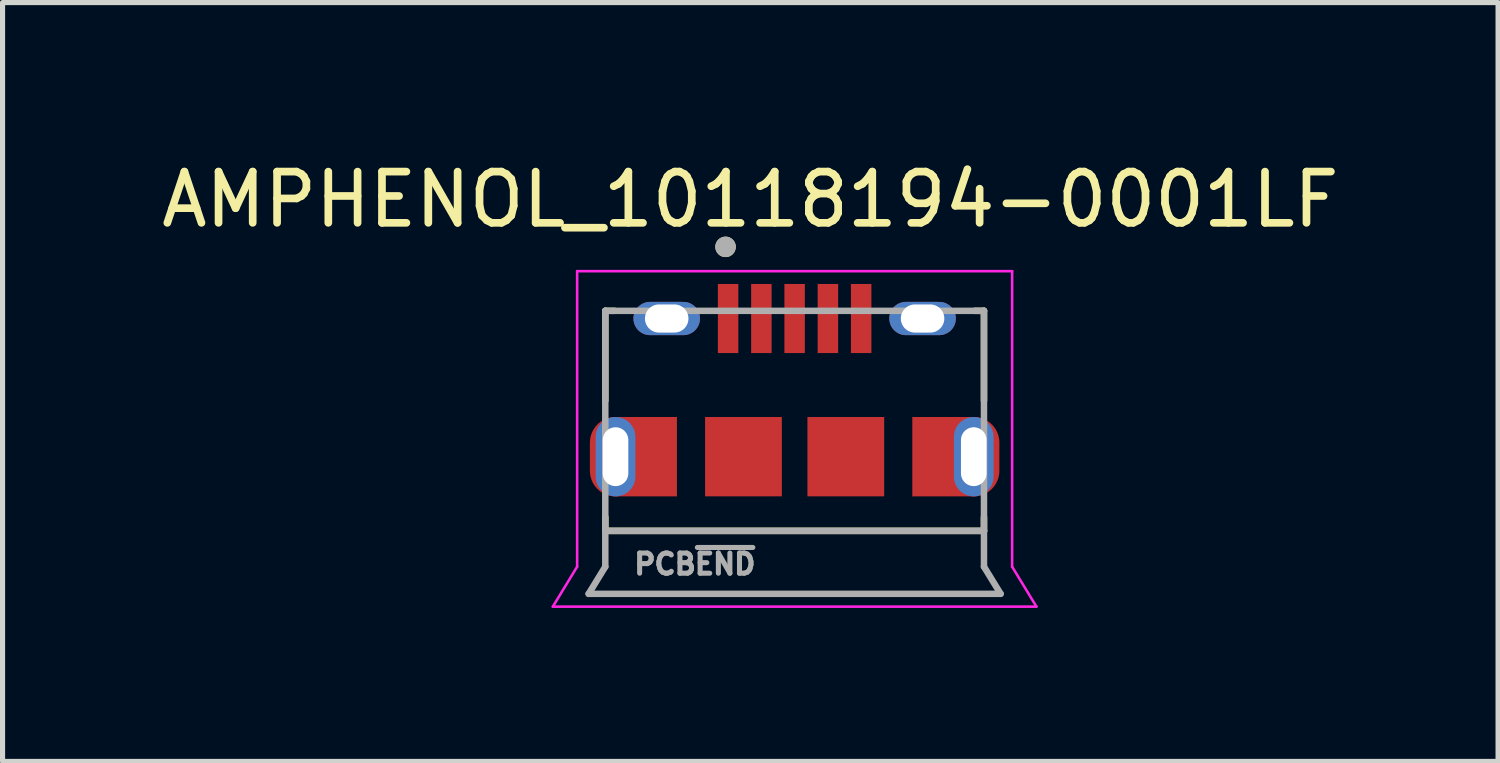
<source format=kicad_pcb>
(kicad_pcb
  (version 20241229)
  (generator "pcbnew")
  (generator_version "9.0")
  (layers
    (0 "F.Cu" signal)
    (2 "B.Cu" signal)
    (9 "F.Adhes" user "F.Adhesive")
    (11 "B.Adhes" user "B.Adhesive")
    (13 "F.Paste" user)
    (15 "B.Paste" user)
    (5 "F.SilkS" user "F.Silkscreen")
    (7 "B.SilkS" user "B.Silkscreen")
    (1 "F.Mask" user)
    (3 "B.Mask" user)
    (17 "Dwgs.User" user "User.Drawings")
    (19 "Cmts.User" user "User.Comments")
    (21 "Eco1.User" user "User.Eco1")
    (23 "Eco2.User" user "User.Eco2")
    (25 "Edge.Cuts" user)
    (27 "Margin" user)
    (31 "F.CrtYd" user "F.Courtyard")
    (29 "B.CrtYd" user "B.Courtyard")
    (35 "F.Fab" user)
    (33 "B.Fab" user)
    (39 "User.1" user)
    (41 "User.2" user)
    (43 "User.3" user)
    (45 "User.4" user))
  (footprint "AMPHENOL_10118194-0001LF"
    (layer "F.Cu")
    (at 12.478 5.874)
    (property "Reference" "AMPHENOL_10118194-0001LF" (at -0.866 -5.025 0) (layer "F.SilkS") (effects (font (size 1.001 1.001) (thickness 0.15))))
    (attr through_hole)
    (fp_poly (pts (xy -2.3 -0.78) (xy -2.3 0.775) (xy -3.498 0.775) (xy -3.498 0.575) (xy -3.486 0.575) (xy -3.473 0.574) (xy -3.46 0.572) (xy -3.447 0.57) (xy -3.434 0.567) (xy -3.422 0.563) (xy -3.41 0.558) (xy -3.398 0.553) (xy -3.386 0.548) (xy -3.374 0.542) (xy -3.363 0.535) (xy -3.353 0.527) (xy -3.342 0.52) (xy -3.332 0.511) (xy -3.323 0.502) (xy -3.314 0.493) (xy -3.305 0.483) (xy -3.298 0.472) (xy -3.29 0.462) (xy -3.283 0.451) (xy -3.277 0.439) (xy -3.272 0.427) (xy -3.267 0.415) (xy -3.262 0.403) (xy -3.258 0.391) (xy -3.255 0.378) (xy -3.253 0.365) (xy -3.251 0.352) (xy -3.25 0.339) (xy -3.25 0.325) (xy -3.25 0.315) (xy -3.25 -0.315) (xy -3.25 -0.325) (xy -3.25 -0.338) (xy -3.251 -0.351) (xy -3.253 -0.364) (xy -3.255 -0.377) (xy -3.259 -0.39) (xy -3.262 -0.402) (xy -3.267 -0.415) (xy -3.272 -0.427) (xy -3.277 -0.438) (xy -3.283 -0.45) (xy -3.29 -0.461) (xy -3.298 -0.472) (xy -3.306 -0.482) (xy -3.314 -0.492) (xy -3.323 -0.502) (xy -3.333 -0.511) (xy -3.343 -0.519) (xy -3.353 -0.527) (xy -3.364 -0.535) (xy -3.375 -0.542) (xy -3.387 -0.548) (xy -3.398 -0.553) (xy -3.41 -0.558) (xy -3.423 -0.563) (xy -3.435 -0.566) (xy -3.448 -0.57) (xy -3.461 -0.572) (xy -3.474 -0.574) (xy -3.487 -0.575) (xy -3.5 -0.575) (xy -3.513 -0.575) (xy -3.526 -0.574) (xy -3.539 -0.572) (xy -3.552 -0.57) (xy -3.565 -0.566) (xy -3.577 -0.563) (xy -3.59 -0.558) (xy -3.602 -0.553) (xy -3.613 -0.548) (xy -3.625 -0.542) (xy -3.636 -0.535) (xy -3.647 -0.527) (xy -3.657 -0.519) (xy -3.667 -0.511) (xy -3.677 -0.502) (xy -3.686 -0.492) (xy -3.694 -0.482) (xy -3.702 -0.472) (xy -3.71 -0.461) (xy -3.717 -0.45) (xy -3.723 -0.438) (xy -3.728 -0.427) (xy -3.733 -0.415) (xy -3.738 -0.402) (xy -3.741 -0.39) (xy -3.745 -0.377) (xy -3.747 -0.364) (xy -3.749 -0.351) (xy -3.75 -0.338) (xy -3.75 -0.325) (xy -3.75 0.325) (xy -3.75 0.339) (xy -3.749 0.352) (xy -3.747 0.365) (xy -3.745 0.378) (xy -3.742 0.391) (xy -3.738 0.403) (xy -3.733 0.415) (xy -3.728 0.427) (xy -3.723 0.439) (xy -3.717 0.451) (xy -3.71 0.462) (xy -3.702 0.472) (xy -3.695 0.483) (xy -3.686 0.493) (xy -3.677 0.502) (xy -3.668 0.511) (xy -3.658 0.52) (xy -3.647 0.527) (xy -3.637 0.535) (xy -3.626 0.542) (xy -3.614 0.548) (xy -3.602 0.553) (xy -3.59 0.558) (xy -3.578 0.563) (xy -3.566 0.567) (xy -3.553 0.57) (xy -3.54 0.572) (xy -3.527 0.574) (xy -3.514 0.575) (xy -3.502 0.575) (xy -3.502 0.775) (xy -3.527 0.774) (xy -3.553 0.772) (xy -3.579 0.769) (xy -3.605 0.764) (xy -3.63 0.758) (xy -3.655 0.751) (xy -3.68 0.742) (xy -3.704 0.732) (xy -3.728 0.721) (xy -3.751 0.708) (xy -3.773 0.695) (xy -3.794 0.68) (xy -3.815 0.664) (xy -3.835 0.647) (xy -3.854 0.629) (xy -3.872 0.61) (xy -3.889 0.59) (xy -3.905 0.569) (xy -3.92 0.548) (xy -3.933 0.526) (xy -3.946 0.503) (xy -3.957 0.479) (xy -3.967 0.455) (xy -3.976 0.43) (xy -3.983 0.405) (xy -3.989 0.38) (xy -3.994 0.354) (xy -3.997 0.328) (xy -3.999 0.302) (xy -4 0.275) (xy -4 -0.275) (xy -3.999 -0.301) (xy -3.997 -0.327) (xy -3.994 -0.353) (xy -3.989 -0.379) (xy -3.983 -0.404) (xy -3.976 -0.43) (xy -3.967 -0.454) (xy -3.957 -0.478) (xy -3.946 -0.502) (xy -3.933 -0.525) (xy -3.919 -0.547) (xy -3.905 -0.569) (xy -3.889 -0.59) (xy -3.872 -0.61) (xy -3.854 -0.629) (xy -3.835 -0.647) (xy -3.815 -0.664) (xy -3.794 -0.68) (xy -3.772 -0.694) (xy -3.75 -0.708) (xy -3.727 -0.721) (xy -3.703 -0.732) (xy -3.679 -0.742) (xy -3.655 -0.751) (xy -3.629 -0.758) (xy -3.604 -0.764) (xy -3.578 -0.769) (xy -3.552 -0.772) (xy -3.526 -0.774) (xy -3.5 -0.775) (xy -2.305 -0.775) (xy -2.305 -0.78) (xy -2.3 -0.78)) (stroke (width 0.001) (type solid)) (fill yes) (layer "F.Cu"))
    (fp_poly (pts (xy 2.3 0.78) (xy 2.3 -0.775) (xy 3.498 -0.775) (xy 3.498 -0.575) (xy 3.486 -0.575) (xy 3.473 -0.574) (xy 3.46 -0.572) (xy 3.447 -0.57) (xy 3.434 -0.567) (xy 3.422 -0.563) (xy 3.41 -0.558) (xy 3.398 -0.553) (xy 3.386 -0.548) (xy 3.374 -0.542) (xy 3.363 -0.535) (xy 3.353 -0.527) (xy 3.342 -0.52) (xy 3.332 -0.511) (xy 3.323 -0.502) (xy 3.314 -0.493) (xy 3.305 -0.483) (xy 3.298 -0.472) (xy 3.29 -0.462) (xy 3.283 -0.451) (xy 3.277 -0.439) (xy 3.272 -0.427) (xy 3.267 -0.415) (xy 3.262 -0.403) (xy 3.258 -0.391) (xy 3.255 -0.378) (xy 3.253 -0.365) (xy 3.251 -0.352) (xy 3.25 -0.339) (xy 3.25 -0.325) (xy 3.25 -0.315) (xy 3.25 0.315) (xy 3.25 0.325) (xy 3.25 0.338) (xy 3.251 0.351) (xy 3.253 0.364) (xy 3.255 0.377) (xy 3.259 0.39) (xy 3.262 0.402) (xy 3.267 0.415) (xy 3.272 0.427) (xy 3.277 0.438) (xy 3.283 0.45) (xy 3.29 0.461) (xy 3.298 0.472) (xy 3.306 0.482) (xy 3.314 0.492) (xy 3.323 0.502) (xy 3.333 0.511) (xy 3.343 0.519) (xy 3.353 0.527) (xy 3.364 0.535) (xy 3.375 0.542) (xy 3.387 0.548) (xy 3.398 0.553) (xy 3.41 0.558) (xy 3.423 0.563) (xy 3.435 0.566) (xy 3.448 0.57) (xy 3.461 0.572) (xy 3.474 0.574) (xy 3.487 0.575) (xy 3.5 0.575) (xy 3.513 0.575) (xy 3.526 0.574) (xy 3.539 0.572) (xy 3.552 0.57) (xy 3.565 0.566) (xy 3.577 0.563) (xy 3.59 0.558) (xy 3.602 0.553) (xy 3.613 0.548) (xy 3.625 0.542) (xy 3.636 0.535) (xy 3.647 0.527) (xy 3.657 0.519) (xy 3.667 0.511) (xy 3.677 0.502) (xy 3.686 0.492) (xy 3.694 0.482) (xy 3.702 0.472) (xy 3.71 0.461) (xy 3.717 0.45) (xy 3.723 0.438) (xy 3.728 0.427) (xy 3.733 0.415) (xy 3.738 0.402) (xy 3.741 0.39) (xy 3.745 0.377) (xy 3.747 0.364) (xy 3.749 0.351) (xy 3.75 0.338) (xy 3.75 0.325) (xy 3.75 -0.325) (xy 3.75 -0.339) (xy 3.749 -0.352) (xy 3.747 -0.365) (xy 3.745 -0.378) (xy 3.742 -0.391) (xy 3.738 -0.403) (xy 3.733 -0.415) (xy 3.728 -0.427) (xy 3.723 -0.439) (xy 3.717 -0.451) (xy 3.71 -0.462) (xy 3.702 -0.472) (xy 3.695 -0.483) (xy 3.686 -0.493) (xy 3.677 -0.502) (xy 3.668 -0.511) (xy 3.658 -0.52) (xy 3.647 -0.527) (xy 3.637 -0.535) (xy 3.626 -0.542) (xy 3.614 -0.548) (xy 3.602 -0.553) (xy 3.59 -0.558) (xy 3.578 -0.563) (xy 3.566 -0.567) (xy 3.553 -0.57) (xy 3.54 -0.572) (xy 3.527 -0.574) (xy 3.514 -0.575) (xy 3.502 -0.575) (xy 3.502 -0.775) (xy 3.527 -0.774) (xy 3.553 -0.772) (xy 3.579 -0.769) (xy 3.605 -0.764) (xy 3.63 -0.758) (xy 3.655 -0.751) (xy 3.68 -0.742) (xy 3.704 -0.732) (xy 3.728 -0.721) (xy 3.751 -0.708) (xy 3.773 -0.695) (xy 3.794 -0.68) (xy 3.815 -0.664) (xy 3.835 -0.647) (xy 3.854 -0.629) (xy 3.872 -0.61) (xy 3.889 -0.59) (xy 3.905 -0.569) (xy 3.92 -0.548) (xy 3.933 -0.526) (xy 3.946 -0.503) (xy 3.957 -0.479) (xy 3.967 -0.455) (xy 3.976 -0.43) (xy 3.983 -0.405) (xy 3.989 -0.38) (xy 3.994 -0.354) (xy 3.997 -0.328) (xy 3.999 -0.302) (xy 4 -0.275) (xy 4 0.275) (xy 3.999 0.301) (xy 3.997 0.327) (xy 3.994 0.353) (xy 3.989 0.379) (xy 3.983 0.404) (xy 3.976 0.43) (xy 3.967 0.454) (xy 3.957 0.478) (xy 3.946 0.502) (xy 3.933 0.525) (xy 3.919 0.547) (xy 3.905 0.569) (xy 3.889 0.59) (xy 3.872 0.61) (xy 3.854 0.629) (xy 3.835 0.647) (xy 3.815 0.664) (xy 3.794 0.68) (xy 3.772 0.694) (xy 3.75 0.708) (xy 3.727 0.721) (xy 3.703 0.732) (xy 3.679 0.742) (xy 3.655 0.751) (xy 3.629 0.758) (xy 3.604 0.764) (xy 3.578 0.769) (xy 3.552 0.772) (xy 3.526 0.774) (xy 3.5 0.775) (xy 2.305 0.775) (xy 2.305 0.78) (xy 2.3 0.78)) (stroke (width 0.001) (type solid)) (fill yes) (layer "F.Cu"))
    (fp_poly (pts (xy -3.6 -0.875) (xy -2.2 -0.875) (xy -2.2 0.875) (xy -3.6 0.875) (xy -3.626 0.874) (xy -3.652 0.872) (xy -3.678 0.869) (xy -3.704 0.864) (xy -3.729 0.858) (xy -3.755 0.851) (xy -3.779 0.842) (xy -3.803 0.832) (xy -3.827 0.821) (xy -3.85 0.808) (xy -3.872 0.794) (xy -3.894 0.78) (xy -3.915 0.764) (xy -3.935 0.747) (xy -3.954 0.729) (xy -3.972 0.71) (xy -3.989 0.69) (xy -4.005 0.669) (xy -4.019 0.647) (xy -4.033 0.625) (xy -4.046 0.602) (xy -4.057 0.578) (xy -4.067 0.554) (xy -4.076 0.53) (xy -4.083 0.504) (xy -4.089 0.479) (xy -4.094 0.453) (xy -4.097 0.427) (xy -4.099 0.401) (xy -4.1 0.375) (xy -4.1 -0.375) (xy -4.099 -0.401) (xy -4.097 -0.427) (xy -4.094 -0.453) (xy -4.089 -0.479) (xy -4.083 -0.504) (xy -4.076 -0.53) (xy -4.067 -0.554) (xy -4.057 -0.578) (xy -4.046 -0.602) (xy -4.033 -0.625) (xy -4.019 -0.647) (xy -4.005 -0.669) (xy -3.989 -0.69) (xy -3.972 -0.71) (xy -3.954 -0.729) (xy -3.935 -0.747) (xy -3.915 -0.764) (xy -3.894 -0.78) (xy -3.872 -0.794) (xy -3.85 -0.808) (xy -3.827 -0.821) (xy -3.803 -0.832) (xy -3.779 -0.842) (xy -3.755 -0.851) (xy -3.729 -0.858) (xy -3.704 -0.864) (xy -3.678 -0.869) (xy -3.652 -0.872) (xy -3.626 -0.874) (xy -3.6 -0.875)) (stroke (width 0.0001) (type solid)) (fill yes) (layer "F.Mask"))
    (fp_poly (pts (xy 3.6 0.875) (xy 2.2 0.875) (xy 2.2 -0.875) (xy 3.6 -0.875) (xy 3.626 -0.874) (xy 3.652 -0.872) (xy 3.678 -0.869) (xy 3.704 -0.864) (xy 3.729 -0.858) (xy 3.755 -0.851) (xy 3.779 -0.842) (xy 3.803 -0.832) (xy 3.827 -0.821) (xy 3.85 -0.808) (xy 3.872 -0.794) (xy 3.894 -0.78) (xy 3.915 -0.764) (xy 3.935 -0.747) (xy 3.954 -0.729) (xy 3.972 -0.71) (xy 3.989 -0.69) (xy 4.005 -0.669) (xy 4.019 -0.647) (xy 4.033 -0.625) (xy 4.046 -0.602) (xy 4.057 -0.578) (xy 4.067 -0.554) (xy 4.076 -0.53) (xy 4.083 -0.504) (xy 4.089 -0.479) (xy 4.094 -0.453) (xy 4.097 -0.427) (xy 4.099 -0.401) (xy 4.1 -0.375) (xy 4.1 0.375) (xy 4.099 0.401) (xy 4.097 0.427) (xy 4.094 0.453) (xy 4.089 0.479) (xy 4.083 0.504) (xy 4.076 0.53) (xy 4.067 0.554) (xy 4.057 0.578) (xy 4.046 0.602) (xy 4.033 0.625) (xy 4.019 0.647) (xy 4.005 0.669) (xy 3.989 0.69) (xy 3.972 0.71) (xy 3.954 0.729) (xy 3.935 0.747) (xy 3.915 0.764) (xy 3.894 0.78) (xy 3.872 0.794) (xy 3.85 0.808) (xy 3.827 0.821) (xy 3.803 0.832) (xy 3.779 0.842) (xy 3.755 0.851) (xy 3.729 0.858) (xy 3.704 0.864) (xy 3.678 0.869) (xy 3.652 0.872) (xy 3.626 0.874) (xy 3.6 0.875)) (stroke (width 0.0001) (type solid)) (fill yes) (layer "F.Mask"))
    (fp_line (start -3.7 -2.85) (end -3.7 -1.095) (stroke (width 0.127) (type solid)) (layer "F.SilkS"))
    (fp_line (start -3.7 -2.85) (end -3.52 -2.85) (stroke (width 0.127) (type solid)) (layer "F.SilkS"))
    (fp_line (start -3.7 1.45) (end -3.7 1.18) (stroke (width 0.127) (type solid)) (layer "F.SilkS"))
    (fp_line (start -3.7 1.45) (end 3.7 1.45) (stroke (width 0.127) (type solid)) (layer "F.SilkS"))
    (fp_line (start 3.7 -2.85) (end 3.52 -2.85) (stroke (width 0.127) (type solid)) (layer "F.SilkS"))
    (fp_line (start 3.7 -2.85) (end 3.7 -1.095) (stroke (width 0.127) (type solid)) (layer "F.SilkS"))
    (fp_line (start 3.7 1.18) (end 3.7 1.45) (stroke (width 0.127) (type solid)) (layer "F.SilkS"))
    (fp_circle (center -1.35 -4.1) (end -1.25 -4.1) (stroke (width 0.2) (type solid)) (fill no) (layer "F.SilkS"))
    (fp_line (start -3.5 -0.77) (end -3.5 -0.6) (stroke (width 0.0001) (type solid)) (layer "F.Paste"))
    (fp_line (start 3.5 0.77) (end 3.5 0.6) (stroke (width 0.0001) (type solid)) (layer "F.Paste"))
    (fp_poly (pts (xy -3.5 -0.775) (xy -3.5 -0.575) (xy -3.487 -0.575) (xy -3.474 -0.574) (xy -3.461 -0.572) (xy -3.448 -0.57) (xy -3.435 -0.566) (xy -3.423 -0.563) (xy -3.41 -0.558) (xy -3.398 -0.553) (xy -3.387 -0.548) (xy -3.375 -0.542) (xy -3.364 -0.535) (xy -3.353 -0.527) (xy -3.343 -0.519) (xy -3.333 -0.511) (xy -3.323 -0.502) (xy -3.314 -0.492) (xy -3.306 -0.482) (xy -3.298 -0.472) (xy -3.29 -0.461) (xy -3.283 -0.45) (xy -3.277 -0.438) (xy -3.272 -0.427) (xy -3.267 -0.415) (xy -3.262 -0.402) (xy -3.259 -0.39) (xy -3.255 -0.377) (xy -3.253 -0.364) (xy -3.251 -0.351) (xy -3.25 -0.338) (xy -3.25 -0.325) (xy -3.25 0.325) (xy -3.25 0.338) (xy -3.251 0.351) (xy -3.253 0.364) (xy -3.255 0.377) (xy -3.259 0.39) (xy -3.262 0.402) (xy -3.267 0.415) (xy -3.272 0.427) (xy -3.277 0.438) (xy -3.283 0.45) (xy -3.29 0.461) (xy -3.298 0.472) (xy -3.306 0.482) (xy -3.314 0.492) (xy -3.323 0.502) (xy -3.333 0.511) (xy -3.343 0.519) (xy -3.353 0.527) (xy -3.364 0.535) (xy -3.375 0.542) (xy -3.387 0.548) (xy -3.398 0.553) (xy -3.41 0.558) (xy -3.423 0.563) (xy -3.435 0.566) (xy -3.448 0.57) (xy -3.461 0.572) (xy -3.474 0.574) (xy -3.487 0.575) (xy -3.5 0.575) (xy -3.5 0.775) (xy -2.3 0.775) (xy -2.3 -0.775) (xy -3.5 -0.775)) (stroke (width 0.0001) (type solid)) (fill yes) (layer "F.Paste"))
    (fp_poly (pts (xy 3.5 0.775) (xy 3.5 0.575) (xy 3.487 0.575) (xy 3.474 0.574) (xy 3.461 0.572) (xy 3.448 0.57) (xy 3.435 0.566) (xy 3.423 0.563) (xy 3.41 0.558) (xy 3.398 0.553) (xy 3.387 0.548) (xy 3.375 0.542) (xy 3.364 0.535) (xy 3.353 0.527) (xy 3.343 0.519) (xy 3.333 0.511) (xy 3.323 0.502) (xy 3.314 0.492) (xy 3.306 0.482) (xy 3.298 0.472) (xy 3.29 0.461) (xy 3.283 0.45) (xy 3.277 0.438) (xy 3.272 0.427) (xy 3.267 0.415) (xy 3.262 0.402) (xy 3.259 0.39) (xy 3.255 0.377) (xy 3.253 0.364) (xy 3.251 0.351) (xy 3.25 0.338) (xy 3.25 0.325) (xy 3.25 -0.325) (xy 3.25 -0.338) (xy 3.251 -0.351) (xy 3.253 -0.364) (xy 3.255 -0.377) (xy 3.259 -0.39) (xy 3.262 -0.402) (xy 3.267 -0.415) (xy 3.272 -0.427) (xy 3.277 -0.438) (xy 3.283 -0.45) (xy 3.29 -0.461) (xy 3.298 -0.472) (xy 3.306 -0.482) (xy 3.314 -0.492) (xy 3.323 -0.502) (xy 3.333 -0.511) (xy 3.343 -0.519) (xy 3.353 -0.527) (xy 3.364 -0.535) (xy 3.375 -0.542) (xy 3.387 -0.548) (xy 3.398 -0.553) (xy 3.41 -0.558) (xy 3.423 -0.563) (xy 3.435 -0.566) (xy 3.448 -0.57) (xy 3.461 -0.572) (xy 3.474 -0.574) (xy 3.487 -0.575) (xy 3.5 -0.575) (xy 3.5 -0.775) (xy 2.3 -0.775) (xy 2.3 0.775) (xy 3.5 0.775)) (stroke (width 0.0001) (type solid)) (fill yes) (layer "F.Paste"))
    (fp_poly (pts (xy -3.5 -0.775) (xy -3.5 -0.575) (xy -3.513 -0.575) (xy -3.526 -0.574) (xy -3.539 -0.572) (xy -3.552 -0.57) (xy -3.565 -0.566) (xy -3.577 -0.563) (xy -3.59 -0.558) (xy -3.602 -0.553) (xy -3.613 -0.548) (xy -3.625 -0.542) (xy -3.636 -0.535) (xy -3.647 -0.527) (xy -3.657 -0.519) (xy -3.667 -0.511) (xy -3.677 -0.502) (xy -3.686 -0.492) (xy -3.694 -0.482) (xy -3.702 -0.472) (xy -3.71 -0.461) (xy -3.717 -0.45) (xy -3.723 -0.438) (xy -3.728 -0.427) (xy -3.733 -0.415) (xy -3.738 -0.402) (xy -3.741 -0.39) (xy -3.745 -0.377) (xy -3.747 -0.364) (xy -3.749 -0.351) (xy -3.75 -0.338) (xy -3.75 -0.325) (xy -3.75 0.325) (xy -3.75 0.338) (xy -3.749 0.351) (xy -3.747 0.364) (xy -3.745 0.377) (xy -3.741 0.39) (xy -3.738 0.402) (xy -3.733 0.415) (xy -3.728 0.427) (xy -3.723 0.438) (xy -3.717 0.45) (xy -3.71 0.461) (xy -3.702 0.472) (xy -3.694 0.482) (xy -3.686 0.492) (xy -3.677 0.502) (xy -3.667 0.511) (xy -3.657 0.519) (xy -3.647 0.527) (xy -3.636 0.535) (xy -3.625 0.542) (xy -3.613 0.548) (xy -3.602 0.553) (xy -3.59 0.558) (xy -3.577 0.563) (xy -3.565 0.566) (xy -3.552 0.57) (xy -3.539 0.572) (xy -3.526 0.574) (xy -3.513 0.575) (xy -3.5 0.575) (xy -3.5 0.775) (xy -3.526 0.774) (xy -3.552 0.772) (xy -3.578 0.769) (xy -3.604 0.764) (xy -3.629 0.758) (xy -3.655 0.751) (xy -3.679 0.742) (xy -3.703 0.732) (xy -3.727 0.721) (xy -3.75 0.708) (xy -3.772 0.694) (xy -3.794 0.68) (xy -3.815 0.664) (xy -3.835 0.647) (xy -3.854 0.629) (xy -3.872 0.61) (xy -3.889 0.59) (xy -3.905 0.569) (xy -3.919 0.547) (xy -3.933 0.525) (xy -3.946 0.502) (xy -3.957 0.478) (xy -3.967 0.454) (xy -3.976 0.43) (xy -3.983 0.404) (xy -3.989 0.379) (xy -3.994 0.353) (xy -3.997 0.327) (xy -3.999 0.301) (xy -4 0.275) (xy -4 -0.275) (xy -3.999 -0.301) (xy -3.997 -0.327) (xy -3.994 -0.353) (xy -3.989 -0.379) (xy -3.983 -0.404) (xy -3.976 -0.43) (xy -3.967 -0.454) (xy -3.957 -0.478) (xy -3.946 -0.502) (xy -3.933 -0.525) (xy -3.919 -0.547) (xy -3.905 -0.569) (xy -3.889 -0.59) (xy -3.872 -0.61) (xy -3.854 -0.629) (xy -3.835 -0.647) (xy -3.815 -0.664) (xy -3.794 -0.68) (xy -3.772 -0.694) (xy -3.75 -0.708) (xy -3.727 -0.721) (xy -3.703 -0.732) (xy -3.679 -0.742) (xy -3.655 -0.751) (xy -3.629 -0.758) (xy -3.604 -0.764) (xy -3.578 -0.769) (xy -3.552 -0.772) (xy -3.526 -0.774) (xy -3.5 -0.775)) (stroke (width 0.0001) (type solid)) (fill yes) (layer "F.Paste"))
    (fp_poly (pts (xy 3.5 0.775) (xy 3.5 0.575) (xy 3.513 0.575) (xy 3.526 0.574) (xy 3.539 0.572) (xy 3.552 0.57) (xy 3.565 0.566) (xy 3.577 0.563) (xy 3.59 0.558) (xy 3.602 0.553) (xy 3.613 0.548) (xy 3.625 0.542) (xy 3.636 0.535) (xy 3.647 0.527) (xy 3.657 0.519) (xy 3.667 0.511) (xy 3.677 0.502) (xy 3.686 0.492) (xy 3.694 0.482) (xy 3.702 0.472) (xy 3.71 0.461) (xy 3.717 0.45) (xy 3.723 0.438) (xy 3.728 0.427) (xy 3.733 0.415) (xy 3.738 0.402) (xy 3.741 0.39) (xy 3.745 0.377) (xy 3.747 0.364) (xy 3.749 0.351) (xy 3.75 0.338) (xy 3.75 0.325) (xy 3.75 -0.325) (xy 3.75 -0.338) (xy 3.749 -0.351) (xy 3.747 -0.364) (xy 3.745 -0.377) (xy 3.741 -0.39) (xy 3.738 -0.402) (xy 3.733 -0.415) (xy 3.728 -0.427) (xy 3.723 -0.438) (xy 3.717 -0.45) (xy 3.71 -0.461) (xy 3.702 -0.472) (xy 3.694 -0.482) (xy 3.686 -0.492) (xy 3.677 -0.502) (xy 3.667 -0.511) (xy 3.657 -0.519) (xy 3.647 -0.527) (xy 3.636 -0.535) (xy 3.625 -0.542) (xy 3.613 -0.548) (xy 3.602 -0.553) (xy 3.59 -0.558) (xy 3.577 -0.563) (xy 3.565 -0.566) (xy 3.552 -0.57) (xy 3.539 -0.572) (xy 3.526 -0.574) (xy 3.513 -0.575) (xy 3.5 -0.575) (xy 3.5 -0.775) (xy 3.526 -0.774) (xy 3.552 -0.772) (xy 3.578 -0.769) (xy 3.604 -0.764) (xy 3.629 -0.758) (xy 3.655 -0.751) (xy 3.679 -0.742) (xy 3.703 -0.732) (xy 3.727 -0.721) (xy 3.75 -0.708) (xy 3.772 -0.694) (xy 3.794 -0.68) (xy 3.815 -0.664) (xy 3.835 -0.647) (xy 3.854 -0.629) (xy 3.872 -0.61) (xy 3.889 -0.59) (xy 3.905 -0.569) (xy 3.919 -0.547) (xy 3.933 -0.525) (xy 3.946 -0.502) (xy 3.957 -0.478) (xy 3.967 -0.454) (xy 3.976 -0.43) (xy 3.983 -0.404) (xy 3.989 -0.379) (xy 3.994 -0.353) (xy 3.997 -0.327) (xy 3.999 -0.301) (xy 4 -0.275) (xy 4 0.275) (xy 3.999 0.301) (xy 3.997 0.327) (xy 3.994 0.353) (xy 3.989 0.379) (xy 3.983 0.404) (xy 3.976 0.43) (xy 3.967 0.454) (xy 3.957 0.478) (xy 3.946 0.502) (xy 3.933 0.525) (xy 3.919 0.547) (xy 3.905 0.569) (xy 3.889 0.59) (xy 3.872 0.61) (xy 3.854 0.629) (xy 3.835 0.647) (xy 3.815 0.664) (xy 3.794 0.68) (xy 3.772 0.694) (xy 3.75 0.708) (xy 3.727 0.721) (xy 3.703 0.732) (xy 3.679 0.742) (xy 3.655 0.751) (xy 3.629 0.758) (xy 3.604 0.764) (xy 3.578 0.769) (xy 3.552 0.772) (xy 3.526 0.774) (xy 3.5 0.775)) (stroke (width 0.0001) (type solid)) (fill yes) (layer "F.Paste"))
    (fp_line (start -4.725 2.93) (end -4.25 2.15) (stroke (width 0.05) (type solid)) (layer "F.CrtYd"))
    (fp_line (start -4.25 -3.625) (end 4.25 -3.625) (stroke (width 0.05) (type solid)) (layer "F.CrtYd"))
    (fp_line (start -4.25 2.15) (end -4.25 -3.625) (stroke (width 0.05) (type solid)) (layer "F.CrtYd"))
    (fp_line (start 4.25 2.15) (end 4.25 -3.625) (stroke (width 0.05) (type solid)) (layer "F.CrtYd"))
    (fp_line (start 4.725 2.93) (end -4.725 2.93) (stroke (width 0.05) (type solid)) (layer "F.CrtYd"))
    (fp_line (start 4.725 2.93) (end 4.25 2.15) (stroke (width 0.05) (type solid)) (layer "F.CrtYd"))
    (fp_line (start -4.025 2.68) (end 4.025 2.68) (stroke (width 0.127) (type solid)) (layer "F.Fab"))
    (fp_line (start -3.7 -2.85) (end -3.7 1.45) (stroke (width 0.127) (type solid)) (layer "F.Fab"))
    (fp_line (start -3.7 -2.85) (end 3.7 -2.85) (stroke (width 0.127) (type solid)) (layer "F.Fab"))
    (fp_line (start -3.7 1.45) (end -3.7 2.15) (stroke (width 0.127) (type solid)) (layer "F.Fab"))
    (fp_line (start -3.7 1.45) (end 3.7 1.45) (stroke (width 0.127) (type solid)) (layer "F.Fab"))
    (fp_line (start -3.7 2.15) (end -4.025 2.68) (stroke (width 0.127) (type solid)) (layer "F.Fab"))
    (fp_line (start 3.7 1.45) (end 3.7 -2.85) (stroke (width 0.127) (type solid)) (layer "F.Fab"))
    (fp_line (start 3.7 2.15) (end 3.7 1.45) (stroke (width 0.127) (type solid)) (layer "F.Fab"))
    (fp_line (start 4.025 2.68) (end 3.7 2.15) (stroke (width 0.127) (type solid)) (layer "F.Fab"))
    (fp_circle (center -1.35 -4.1) (end -1.25 -4.1) (stroke (width 0.2) (type solid)) (fill no) (layer "F.Fab"))
    (fp_text user "PCB~{END}" (at -1.95 2.1 0) (layer "F.Fab") (effects (font (size 0.394 0.394) (thickness 0.15))))
    (pad "1" smd rect (at -1.3 -2.7) (size 0.4 1.35) (layers "F.Cu" "F.Mask" "F.Paste"))
    (pad "2" smd rect (at -0.65 -2.7) (size 0.4 1.35) (layers "F.Cu" "F.Mask" "F.Paste"))
    (pad "3" smd rect (at 0 -2.7) (size 0.4 1.35) (layers "F.Cu" "F.Mask" "F.Paste"))
    (pad "4" smd rect (at 0.65 -2.7) (size 0.4 1.35) (layers "F.Cu" "F.Mask" "F.Paste"))
    (pad "5" smd rect (at 1.3 -2.7) (size 0.4 1.35) (layers "F.Cu" "F.Mask" "F.Paste"))
    (pad "6" thru_hole oval (at -2.5 -2.7) (size 1.3 0.65) (drill oval 0.85 0.55) (layers "*.Cu" "*.Mask"))
    (pad "6" smd rect (at -1 0) (size 1.5 1.55) (layers "F.Cu" "F.Mask" "F.Paste"))
    (pad "6" smd rect (at 1 0) (size 1.5 1.55) (layers "F.Cu" "F.Mask" "F.Paste"))
    (pad "6" thru_hole oval (at 2.5 -2.7) (size 1.3 0.65) (drill oval 0.85 0.55) (layers "*.Cu" "*.Mask"))
    (pad "S3" thru_hole oval (at -3.5 0) (size 0.775 1.55) (drill oval 0.5 1.15) (layers "*.Cu" "*.Mask"))
    (pad "S6" thru_hole oval (at 3.5 0) (size 0.775 1.55) (drill oval 0.5 1.15) (layers "*.Cu" "*.Mask")))
  (gr_rect
    (start -3 -3)
    (end 26.224 11.829)
    (stroke (width 0.1) (type default))
    (fill no)
    (layer "Edge.Cuts")))
</source>
